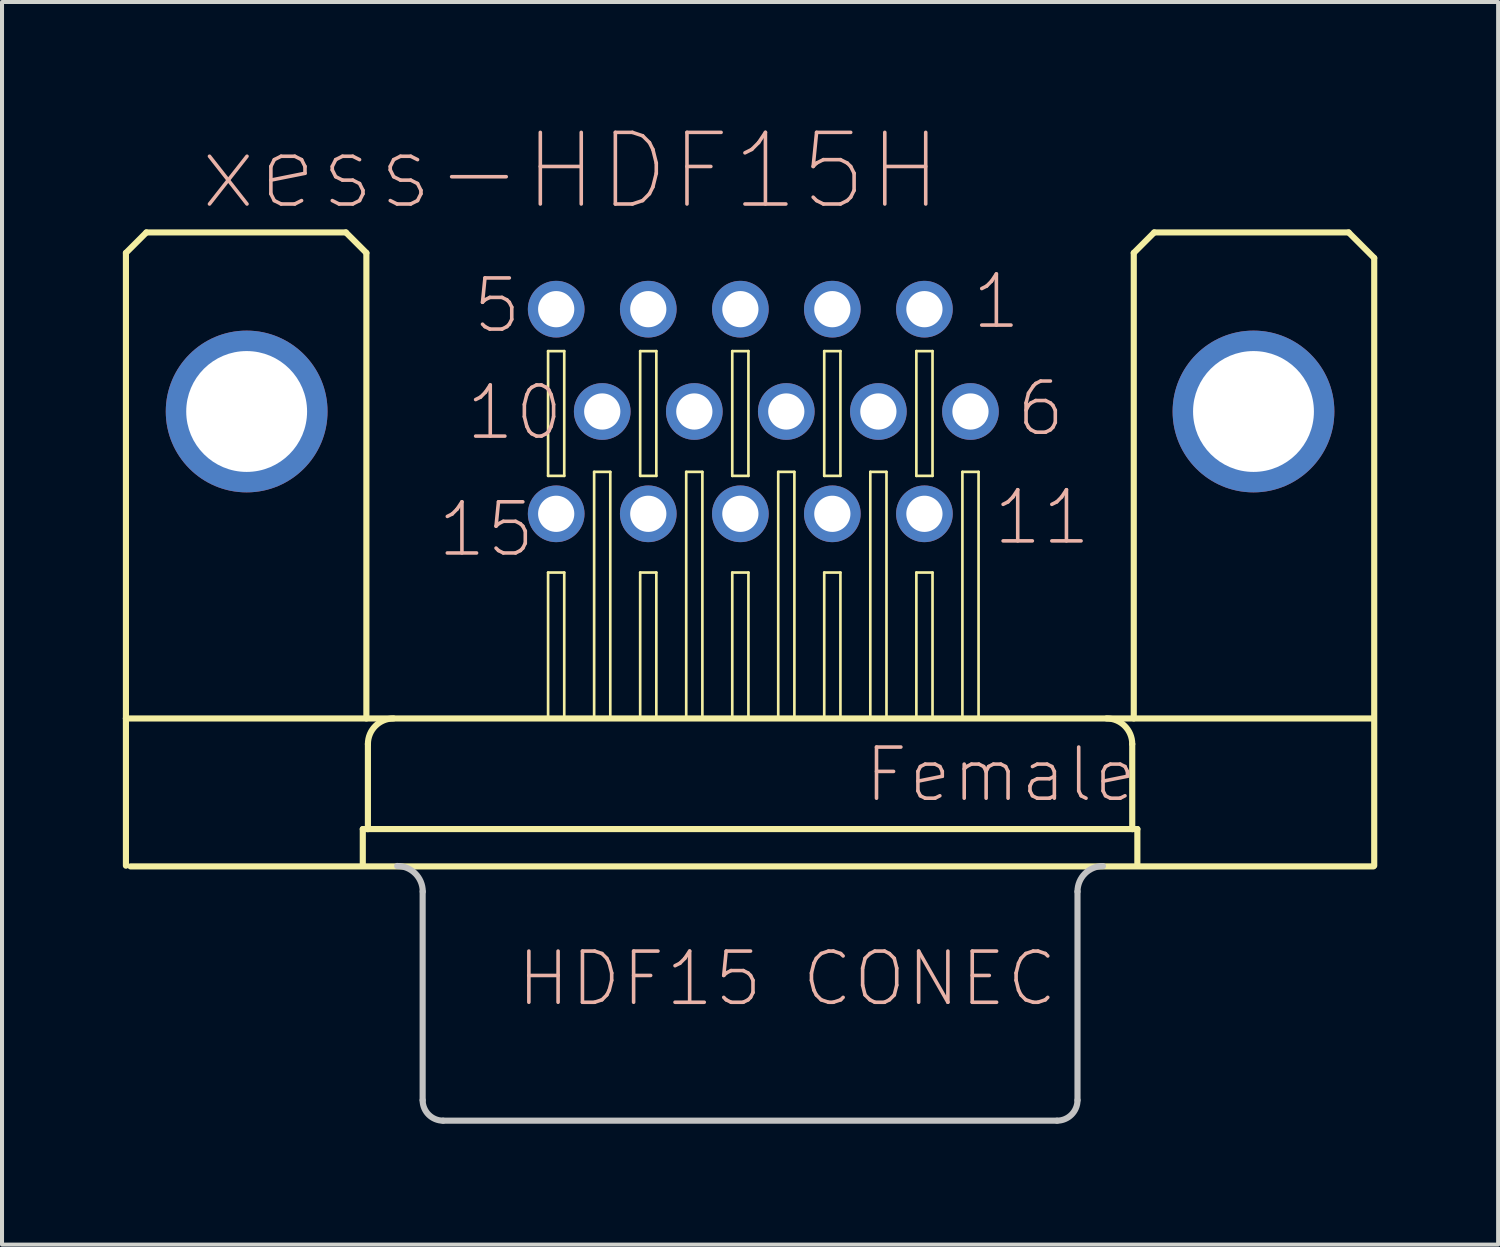
<source format=kicad_pcb>
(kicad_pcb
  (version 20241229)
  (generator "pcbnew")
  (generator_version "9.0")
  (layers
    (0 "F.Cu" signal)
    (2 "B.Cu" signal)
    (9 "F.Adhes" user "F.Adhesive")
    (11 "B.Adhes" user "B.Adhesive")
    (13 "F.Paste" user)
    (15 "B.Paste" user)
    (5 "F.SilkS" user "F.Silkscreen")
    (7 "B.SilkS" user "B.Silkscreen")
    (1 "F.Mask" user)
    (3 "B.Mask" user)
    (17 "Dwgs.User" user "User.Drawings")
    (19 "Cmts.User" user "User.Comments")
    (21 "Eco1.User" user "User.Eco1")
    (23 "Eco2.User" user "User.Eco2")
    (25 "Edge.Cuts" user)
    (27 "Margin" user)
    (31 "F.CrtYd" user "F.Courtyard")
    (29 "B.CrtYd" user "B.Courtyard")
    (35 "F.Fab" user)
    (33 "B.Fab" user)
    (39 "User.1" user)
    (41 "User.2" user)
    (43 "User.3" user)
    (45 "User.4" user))
  (footprint "xess-HDF15H"
    (layer "F.Cu")
    (at 15.57 7.165)
    (property "Reference" "xess-HDF15H" (at -4.445 -5.969 0) (layer "B.SilkS") (effects (font (size 1.778 1.778) (thickness 0.089))))
    (attr exclude_from_pos_files exclude_from_bom)
    (fp_line (start -15.494 -3.937) (end -15.494 7.62) (stroke (width 0.152) (type solid)) (layer "F.SilkS"))
    (fp_line (start -15.494 11.275) (end -15.494 7.62) (stroke (width 0.152) (type solid)) (layer "F.SilkS"))
    (fp_line (start -14.986 -4.445) (end -15.494 -3.937) (stroke (width 0.152) (type solid)) (layer "F.SilkS"))
    (fp_line (start -10.033 -4.445) (end -14.986 -4.445) (stroke (width 0.152) (type solid)) (layer "F.SilkS"))
    (fp_line (start -9.614 10.366) (end -9.614 11.275) (stroke (width 0.152) (type solid)) (layer "F.SilkS"))
    (fp_line (start -9.525 -3.937) (end -10.033 -4.445) (stroke (width 0.152) (type solid)) (layer "F.SilkS"))
    (fp_line (start -9.525 -3.937) (end -9.525 7.62) (stroke (width 0.152) (type solid)) (layer "F.SilkS"))
    (fp_line (start -9.487 8.255) (end -9.487 10.366) (stroke (width 0.152) (type solid)) (layer "F.SilkS"))
    (fp_line (start -9.487 10.366) (end -9.614 10.366) (stroke (width 0.152) (type solid)) (layer "F.SilkS"))
    (fp_line (start -5.014 -1.499) (end -4.613 -1.499) (stroke (width 0.066) (type solid)) (layer "F.SilkS"))
    (fp_line (start -5.014 1.598) (end -5.014 -1.499) (stroke (width 0.066) (type solid)) (layer "F.SilkS"))
    (fp_line (start -5.014 1.598) (end -4.613 1.598) (stroke (width 0.066) (type solid)) (layer "F.SilkS"))
    (fp_line (start -5.014 3.998) (end -4.613 3.998) (stroke (width 0.066) (type solid)) (layer "F.SilkS"))
    (fp_line (start -5.014 7.6) (end -5.014 3.998) (stroke (width 0.066) (type solid)) (layer "F.SilkS"))
    (fp_line (start -5.014 7.6) (end -4.613 7.6) (stroke (width 0.066) (type solid)) (layer "F.SilkS"))
    (fp_line (start -4.613 1.598) (end -4.613 -1.499) (stroke (width 0.066) (type solid)) (layer "F.SilkS"))
    (fp_line (start -4.613 7.6) (end -4.613 3.998) (stroke (width 0.066) (type solid)) (layer "F.SilkS"))
    (fp_line (start -3.871 1.499) (end -3.47 1.499) (stroke (width 0.066) (type solid)) (layer "F.SilkS"))
    (fp_line (start -3.871 7.6) (end -3.871 1.499) (stroke (width 0.066) (type solid)) (layer "F.SilkS"))
    (fp_line (start -3.871 7.6) (end -3.47 7.6) (stroke (width 0.066) (type solid)) (layer "F.SilkS"))
    (fp_line (start -3.47 7.6) (end -3.47 1.499) (stroke (width 0.066) (type solid)) (layer "F.SilkS"))
    (fp_line (start -2.728 -1.499) (end -2.327 -1.499) (stroke (width 0.066) (type solid)) (layer "F.SilkS"))
    (fp_line (start -2.728 1.598) (end -2.728 -1.499) (stroke (width 0.066) (type solid)) (layer "F.SilkS"))
    (fp_line (start -2.728 1.598) (end -2.327 1.598) (stroke (width 0.066) (type solid)) (layer "F.SilkS"))
    (fp_line (start -2.728 3.998) (end -2.327 3.998) (stroke (width 0.066) (type solid)) (layer "F.SilkS"))
    (fp_line (start -2.728 7.6) (end -2.728 3.998) (stroke (width 0.066) (type solid)) (layer "F.SilkS"))
    (fp_line (start -2.728 7.6) (end -2.327 7.6) (stroke (width 0.066) (type solid)) (layer "F.SilkS"))
    (fp_line (start -2.327 1.598) (end -2.327 -1.499) (stroke (width 0.066) (type solid)) (layer "F.SilkS"))
    (fp_line (start -2.327 7.6) (end -2.327 3.998) (stroke (width 0.066) (type solid)) (layer "F.SilkS"))
    (fp_line (start -1.585 1.499) (end -1.184 1.499) (stroke (width 0.066) (type solid)) (layer "F.SilkS"))
    (fp_line (start -1.585 7.6) (end -1.585 1.499) (stroke (width 0.066) (type solid)) (layer "F.SilkS"))
    (fp_line (start -1.585 7.6) (end -1.184 7.6) (stroke (width 0.066) (type solid)) (layer "F.SilkS"))
    (fp_line (start -1.184 7.6) (end -1.184 1.499) (stroke (width 0.066) (type solid)) (layer "F.SilkS"))
    (fp_line (start -0.442 -1.499) (end -0.041 -1.499) (stroke (width 0.066) (type solid)) (layer "F.SilkS"))
    (fp_line (start -0.442 1.598) (end -0.442 -1.499) (stroke (width 0.066) (type solid)) (layer "F.SilkS"))
    (fp_line (start -0.442 1.598) (end -0.041 1.598) (stroke (width 0.066) (type solid)) (layer "F.SilkS"))
    (fp_line (start -0.442 3.998) (end -0.041 3.998) (stroke (width 0.066) (type solid)) (layer "F.SilkS"))
    (fp_line (start -0.442 7.6) (end -0.442 3.998) (stroke (width 0.066) (type solid)) (layer "F.SilkS"))
    (fp_line (start -0.442 7.6) (end -0.041 7.6) (stroke (width 0.066) (type solid)) (layer "F.SilkS"))
    (fp_line (start -0.041 1.598) (end -0.041 -1.499) (stroke (width 0.066) (type solid)) (layer "F.SilkS"))
    (fp_line (start -0.041 7.6) (end -0.041 3.998) (stroke (width 0.066) (type solid)) (layer "F.SilkS"))
    (fp_line (start 0.699 1.499) (end 1.1 1.499) (stroke (width 0.066) (type solid)) (layer "F.SilkS"))
    (fp_line (start 0.699 7.6) (end 0.699 1.499) (stroke (width 0.066) (type solid)) (layer "F.SilkS"))
    (fp_line (start 0.699 7.6) (end 1.1 7.6) (stroke (width 0.066) (type solid)) (layer "F.SilkS"))
    (fp_line (start 1.1 7.6) (end 1.1 1.499) (stroke (width 0.066) (type solid)) (layer "F.SilkS"))
    (fp_line (start 1.841 -1.499) (end 2.243 -1.499) (stroke (width 0.066) (type solid)) (layer "F.SilkS"))
    (fp_line (start 1.841 1.598) (end 1.841 -1.499) (stroke (width 0.066) (type solid)) (layer "F.SilkS"))
    (fp_line (start 1.841 1.598) (end 2.243 1.598) (stroke (width 0.066) (type solid)) (layer "F.SilkS"))
    (fp_line (start 1.841 3.998) (end 2.243 3.998) (stroke (width 0.066) (type solid)) (layer "F.SilkS"))
    (fp_line (start 1.841 7.6) (end 1.841 3.998) (stroke (width 0.066) (type solid)) (layer "F.SilkS"))
    (fp_line (start 1.841 7.6) (end 2.243 7.6) (stroke (width 0.066) (type solid)) (layer "F.SilkS"))
    (fp_line (start 2.243 1.598) (end 2.243 -1.499) (stroke (width 0.066) (type solid)) (layer "F.SilkS"))
    (fp_line (start 2.243 7.6) (end 2.243 3.998) (stroke (width 0.066) (type solid)) (layer "F.SilkS"))
    (fp_line (start 2.985 1.499) (end 3.386 1.499) (stroke (width 0.066) (type solid)) (layer "F.SilkS"))
    (fp_line (start 2.985 7.6) (end 2.985 1.499) (stroke (width 0.066) (type solid)) (layer "F.SilkS"))
    (fp_line (start 2.985 7.6) (end 3.386 7.6) (stroke (width 0.066) (type solid)) (layer "F.SilkS"))
    (fp_line (start 3.386 7.6) (end 3.386 1.499) (stroke (width 0.066) (type solid)) (layer "F.SilkS"))
    (fp_line (start 4.128 -1.499) (end 4.529 -1.499) (stroke (width 0.066) (type solid)) (layer "F.SilkS"))
    (fp_line (start 4.128 1.598) (end 4.128 -1.499) (stroke (width 0.066) (type solid)) (layer "F.SilkS"))
    (fp_line (start 4.128 1.598) (end 4.529 1.598) (stroke (width 0.066) (type solid)) (layer "F.SilkS"))
    (fp_line (start 4.128 3.998) (end 4.529 3.998) (stroke (width 0.066) (type solid)) (layer "F.SilkS"))
    (fp_line (start 4.128 7.6) (end 4.128 3.998) (stroke (width 0.066) (type solid)) (layer "F.SilkS"))
    (fp_line (start 4.128 7.6) (end 4.529 7.6) (stroke (width 0.066) (type solid)) (layer "F.SilkS"))
    (fp_line (start 4.529 1.598) (end 4.529 -1.499) (stroke (width 0.066) (type solid)) (layer "F.SilkS"))
    (fp_line (start 4.529 7.6) (end 4.529 3.998) (stroke (width 0.066) (type solid)) (layer "F.SilkS"))
    (fp_line (start 5.271 1.499) (end 5.672 1.499) (stroke (width 0.066) (type solid)) (layer "F.SilkS"))
    (fp_line (start 5.271 7.6) (end 5.271 1.499) (stroke (width 0.066) (type solid)) (layer "F.SilkS"))
    (fp_line (start 5.271 7.6) (end 5.672 7.6) (stroke (width 0.066) (type solid)) (layer "F.SilkS"))
    (fp_line (start 5.672 7.6) (end 5.672 1.499) (stroke (width 0.066) (type solid)) (layer "F.SilkS"))
    (fp_line (start 9.487 8.255) (end 9.487 10.366) (stroke (width 0.152) (type solid)) (layer "F.SilkS"))
    (fp_line (start 9.487 10.366) (end -9.487 10.366) (stroke (width 0.152) (type solid)) (layer "F.SilkS"))
    (fp_line (start 9.525 -3.937) (end 9.525 7.62) (stroke (width 0.152) (type solid)) (layer "F.SilkS"))
    (fp_line (start 9.614 10.366) (end 9.487 10.366) (stroke (width 0.152) (type solid)) (layer "F.SilkS"))
    (fp_line (start 9.614 10.366) (end 9.614 11.275) (stroke (width 0.152) (type solid)) (layer "F.SilkS"))
    (fp_line (start 10.033 -4.445) (end 9.525 -3.937) (stroke (width 0.152) (type solid)) (layer "F.SilkS"))
    (fp_line (start 10.033 -4.445) (end 14.859 -4.445) (stroke (width 0.152) (type solid)) (layer "F.SilkS"))
    (fp_line (start 14.859 -4.445) (end 15.494 -3.81) (stroke (width 0.152) (type solid)) (layer "F.SilkS"))
    (fp_line (start 15.474 7.62) (end -15.494 7.62) (stroke (width 0.152) (type solid)) (layer "F.SilkS"))
    (fp_line (start 15.474 11.293) (end -15.38 11.293) (stroke (width 0.152) (type solid)) (layer "F.SilkS"))
    (fp_line (start 15.494 -3.81) (end 15.494 11.275) (stroke (width 0.152) (type solid)) (layer "F.SilkS"))
    (fp_arc (start -9.4869 8.255) (mid -9.300913 7.805987) (end -8.8519 7.62) (stroke (width 0.1524) (type solid)) (layer "F.SilkS"))
    (fp_arc (start 8.8519 7.62) (mid 9.300913 7.805987) (end 9.4869 8.255) (stroke (width 0.1524) (type solid)) (layer "F.SilkS"))
    (fp_circle (center -12.499 0) (end -13.325 0.826) (stroke (width 0.076) (type solid)) (fill no) (layer "F.SilkS"))
    (fp_circle (center 12.499 0) (end 13.325 0.826) (stroke (width 0.076) (type solid)) (fill no) (layer "F.SilkS"))
    (fp_line (start -8.128 11.918) (end -8.128 17.097) (stroke (width 0.152) (type solid)) (layer "Dwgs.User"))
    (fp_line (start 7.62 17.605) (end -7.62 17.605) (stroke (width 0.152) (type solid)) (layer "Dwgs.User"))
    (fp_line (start 8.128 11.918) (end 8.128 17.097) (stroke (width 0.152) (type solid)) (layer "Dwgs.User"))
    (fp_arc (start -8.76046 11.28268) (mid -8.311447 11.468667) (end -8.12546 11.91768) (stroke (width 0.1524) (type solid)) (layer "Dwgs.User"))
    (fp_arc (start -7.62 17.60474) (mid -7.97921 17.45595) (end -8.128 17.09674) (stroke (width 0.1524) (type solid)) (layer "Dwgs.User"))
    (fp_arc (start 8.128 11.91768) (mid 8.313243 11.470463) (end 8.76046 11.28522) (stroke (width 0.1524) (type solid)) (layer "Dwgs.User"))
    (fp_arc (start 8.128 17.09674) (mid 7.97921 17.45595) (end 7.62 17.60474) (stroke (width 0.1524) (type solid)) (layer "Dwgs.User"))
    (fp_text user "Female" (at 6.223 9.017 0) (layer "B.SilkS") (effects (font (size 1.27 1.27) (thickness 0.089))))
    (fp_text user "15" (at -6.548 2.929 0) (layer "B.SilkS") (effects (font (size 1.27 1.27) (thickness 0.089))))
    (fp_text user "11" (at 7.249 2.629 0) (layer "B.SilkS") (effects (font (size 1.27 1.27) (thickness 0.089))))
    (fp_text user "HDF15 CONEC" (at 0.919 14.082 0) (layer "B.SilkS") (effects (font (size 1.27 1.27) (thickness 0.089))))
    (fp_text user "10" (at -5.845 0.028 0) (layer "B.SilkS") (effects (font (size 1.27 1.27) (thickness 0.089))))
    (fp_text user "5" (at -6.279 -2.629 0) (layer "B.SilkS") (effects (font (size 1.27 1.27) (thickness 0.089))))
    (fp_text user "1" (at 6.114 -2.728 0) (layer "B.SilkS") (effects (font (size 1.27 1.27) (thickness 0.089))))
    (fp_text user "6" (at 7.214 -0.069 0) (layer "B.SilkS") (effects (font (size 1.27 1.27) (thickness 0.089))))
    (pad "1" thru_hole circle (at 4.328 -2.54) (size 1.407 1.407) (drill 0.899) (layers "*.Cu" "*.Mask"))
    (pad "2" thru_hole circle (at 2.042 -2.54) (size 1.407 1.407) (drill 0.899) (layers "*.Cu" "*.Mask"))
    (pad "3" thru_hole circle (at -0.241 -2.54) (size 1.407 1.407) (drill 0.899) (layers "*.Cu" "*.Mask"))
    (pad "4" thru_hole circle (at -2.527 -2.54) (size 1.407 1.407) (drill 0.899) (layers "*.Cu" "*.Mask"))
    (pad "5" thru_hole circle (at -4.813 -2.54) (size 1.407 1.407) (drill 0.899) (layers "*.Cu" "*.Mask"))
    (pad "6" thru_hole circle (at 5.471 0) (size 1.407 1.407) (drill 0.899) (layers "*.Cu" "*.Mask"))
    (pad "7" thru_hole circle (at 3.185 0) (size 1.407 1.407) (drill 0.899) (layers "*.Cu" "*.Mask"))
    (pad "8" thru_hole circle (at 0.899 0) (size 1.407 1.407) (drill 0.899) (layers "*.Cu" "*.Mask"))
    (pad "9" thru_hole circle (at -1.384 0) (size 1.407 1.407) (drill 0.899) (layers "*.Cu" "*.Mask"))
    (pad "10" thru_hole circle (at -3.67 0) (size 1.407 1.407) (drill 0.899) (layers "*.Cu" "*.Mask"))
    (pad "11" thru_hole circle (at 4.328 2.54) (size 1.407 1.407) (drill 0.899) (layers "*.Cu" "*.Mask"))
    (pad "12" thru_hole circle (at 2.042 2.54) (size 1.407 1.407) (drill 0.899) (layers "*.Cu" "*.Mask"))
    (pad "13" thru_hole circle (at -0.241 2.54) (size 1.407 1.407) (drill 0.899) (layers "*.Cu" "*.Mask"))
    (pad "14" thru_hole circle (at -2.527 2.54) (size 1.407 1.407) (drill 0.899) (layers "*.Cu" "*.Mask"))
    (pad "15" thru_hole circle (at -4.813 2.54) (size 1.407 1.407) (drill 0.899) (layers "*.Cu" "*.Mask"))
    (pad "S1" thru_hole circle (at -12.497 0) (size 4.016 4.016) (drill 3) (layers "*.Cu" "*.Mask"))
    (pad "S2" thru_hole circle (at 12.497 0) (size 4.016 4.016) (drill 3) (layers "*.Cu" "*.Mask")))
  (gr_rect
    (start -3 -3)
    (end 34.14 27.846)
    (stroke (width 0.1) (type default))
    (fill no)
    (layer "Edge.Cuts")))
</source>
